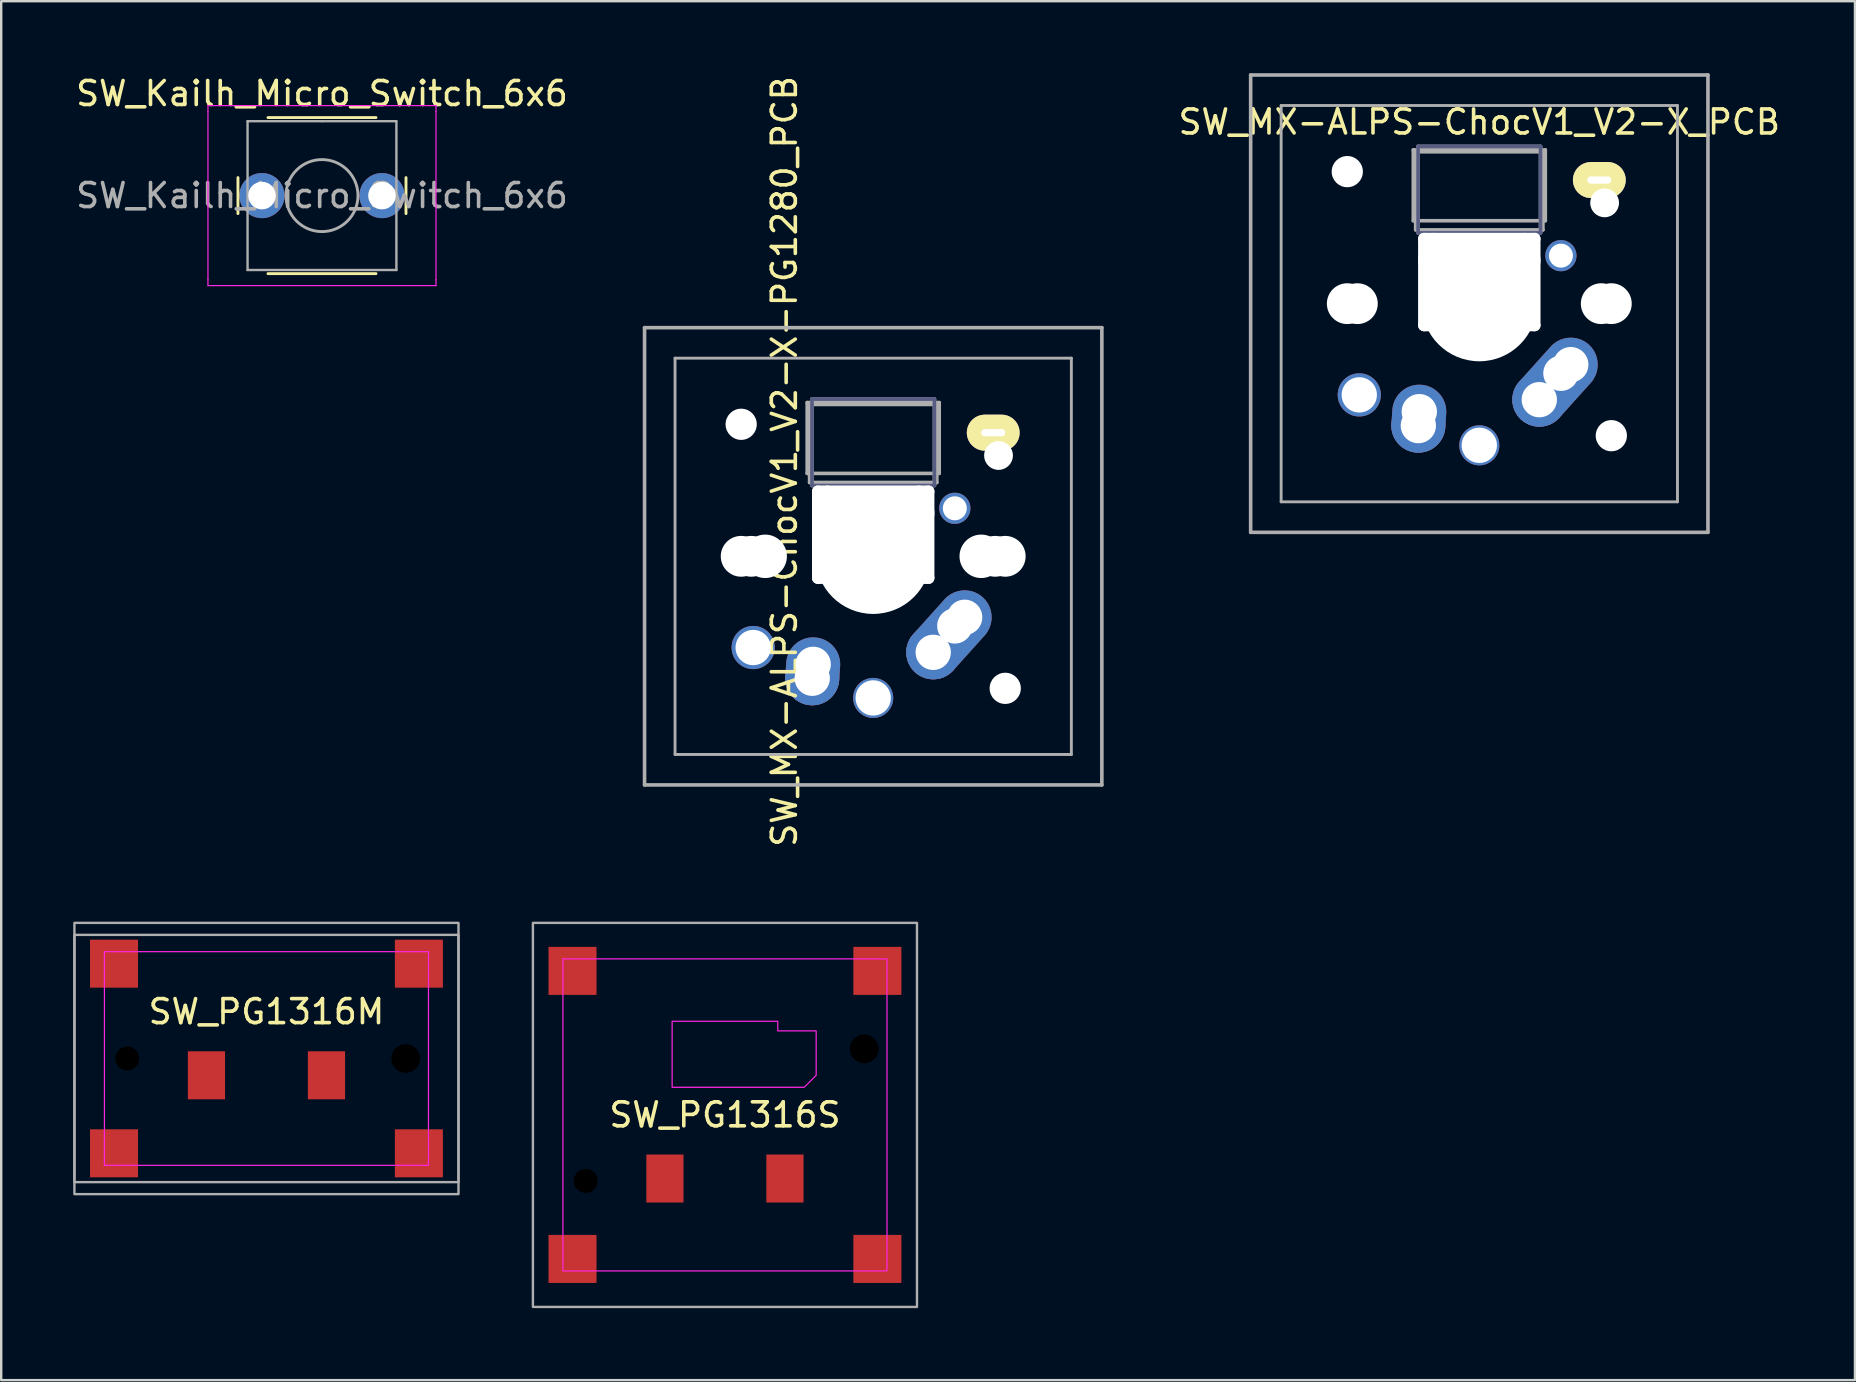
<source format=kicad_pcb>
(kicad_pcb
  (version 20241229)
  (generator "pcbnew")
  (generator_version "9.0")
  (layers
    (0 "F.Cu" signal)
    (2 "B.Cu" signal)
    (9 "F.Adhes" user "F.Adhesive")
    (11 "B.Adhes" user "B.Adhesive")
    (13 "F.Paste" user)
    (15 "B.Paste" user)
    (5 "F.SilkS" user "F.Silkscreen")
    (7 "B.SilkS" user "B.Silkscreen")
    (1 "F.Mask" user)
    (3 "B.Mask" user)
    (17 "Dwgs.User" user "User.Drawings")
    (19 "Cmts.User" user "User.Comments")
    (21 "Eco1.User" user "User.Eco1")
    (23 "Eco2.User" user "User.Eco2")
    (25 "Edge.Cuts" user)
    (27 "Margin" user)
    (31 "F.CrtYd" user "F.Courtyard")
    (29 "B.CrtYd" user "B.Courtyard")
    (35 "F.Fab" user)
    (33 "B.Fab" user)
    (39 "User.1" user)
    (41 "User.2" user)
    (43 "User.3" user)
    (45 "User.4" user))
  (footprint "SW_MX-ALPS-ChocV1_V2-X_PCB"
    (layer "F.Cu")
    (at 58.575 9.6)
    (property "Reference" "SW_MX-ALPS-ChocV1_V2-X_PCB" (at 0 -7.567 0) (unlocked yes) (layer "F.SilkS") (effects (font (size 1 1) (thickness 0.15))))
    (attr through_hole)
    (fp_line (start -2.55 -6.55) (end 2.55 -6.55) (stroke (width 0.15) (type solid)) (layer "B.Fab"))
    (fp_line (start -2.55 -2.95) (end -2.55 -6.55) (stroke (width 0.15) (type solid)) (layer "B.Fab"))
    (fp_line (start 2.55 -6.55) (end 2.55 -2.95) (stroke (width 0.15) (type solid)) (layer "B.Fab"))
    (fp_line (start 2.55 -2.95) (end -2.55 -2.95) (stroke (width 0.15) (type solid)) (layer "B.Fab"))
    (fp_line (start -9.525 -9.525) (end 9.525 -9.525) (stroke (width 0.15) (type solid)) (layer "F.Fab"))
    (fp_line (start -9.525 9.525) (end -9.525 -9.525) (stroke (width 0.15) (type solid)) (layer "F.Fab"))
    (fp_line (start -8.255 -8.255) (end 8.255 -8.255) (stroke (width 0.12) (type solid)) (layer "F.Fab"))
    (fp_line (start -8.255 8.255) (end -8.255 -8.255) (stroke (width 0.12) (type solid)) (layer "F.Fab"))
    (fp_line (start -2.75 -6.405) (end 2.75 -6.405) (stroke (width 0.15) (type solid)) (layer "F.Fab"))
    (fp_line (start -2.75 -3.455) (end -2.75 -6.405) (stroke (width 0.15) (type solid)) (layer "F.Fab"))
    (fp_line (start -2.75 -3.455) (end 2.75 -3.455) (stroke (width 0.15) (type solid)) (layer "F.Fab"))
    (fp_line (start -2.65 -6.325) (end -2.65 -3.075) (stroke (width 0.15) (type solid)) (layer "F.Fab"))
    (fp_line (start -2.65 -6.325) (end 2.65 -6.325) (stroke (width 0.15) (type solid)) (layer "F.Fab"))
    (fp_line (start -2.65 -3.075) (end 2.65 -3.075) (stroke (width 0.15) (type solid)) (layer "F.Fab"))
    (fp_line (start -2.55 -6.55) (end -2.55 -2.95) (stroke (width 0.15) (type solid)) (layer "F.Fab"))
    (fp_line (start -2.55 -2.95) (end 2.55 -2.95) (stroke (width 0.15) (type solid)) (layer "F.Fab"))
    (fp_line (start 2.55 -6.55) (end -2.55 -6.55) (stroke (width 0.15) (type solid)) (layer "F.Fab"))
    (fp_line (start 2.55 -2.95) (end 2.55 -6.55) (stroke (width 0.15) (type solid)) (layer "F.Fab"))
    (fp_line (start 2.65 -6.325) (end 2.65 -3.075) (stroke (width 0.15) (type solid)) (layer "F.Fab"))
    (fp_line (start 2.75 -3.455) (end 2.75 -6.405) (stroke (width 0.15) (type solid)) (layer "F.Fab"))
    (fp_line (start 8.255 -8.255) (end 8.255 8.255) (stroke (width 0.12) (type solid)) (layer "F.Fab"))
    (fp_line (start 8.255 8.255) (end -8.255 8.255) (stroke (width 0.12) (type solid)) (layer "F.Fab"))
    (fp_line (start 9.525 -9.525) (end 9.525 9.525) (stroke (width 0.15) (type solid)) (layer "F.Fab"))
    (fp_line (start 9.525 9.525) (end -9.525 9.525) (stroke (width 0.15) (type solid)) (layer "F.Fab"))
    (pad "" np_thru_hole circle (at -5.5 -5.5) (size 1.3 1.3) (drill 1.3) (layers "*.Cu" "*.Mask"))
    (pad "" np_thru_hole circle (at -5.5 0 228.1) (size 1.7 1.7) (drill 1.7) (layers "*.Cu" "*.Mask"))
    (pad "" np_thru_hole circle (at -5.08 0) (size 1.7 1.7) (drill 1.7) (layers "*.Cu" "*.Mask"))
    (pad "" np_thru_hole oval (at -2.3 -0.9 180) (size 0.5 4.1) (drill oval 0.5 4.1) (layers "*.Cu" "*.Mask"))
    (pad "" np_thru_hole oval (at -1.905 -0.9 180) (size 0.5 4.1) (drill oval 0.5 4.1) (layers "*.Cu" "*.Mask"))
    (pad "" np_thru_hole oval (at 0 -2.7 180) (size 5.1 0.5) (drill oval 5.1 0.5) (layers "*.Cu" "*.Mask"))
    (pad "" np_thru_hole oval (at 0 -1.8 180) (size 5.1 1.5) (drill oval 5.1 1.5) (layers "*.Cu" "*.Mask"))
    (pad "" np_thru_hole circle (at 0 0) (size 4.8 4.8) (drill 4.8) (layers "*.Cu" "*.Mask"))
    (pad "" np_thru_hole oval (at 0 0.9 180) (size 5.1 0.5) (drill oval 5.1 0.5) (layers "*.Cu" "*.Mask"))
    (pad "" np_thru_hole oval (at 1.9 -0.9 180) (size 0.5 4.1) (drill oval 0.5 4.1) (layers "*.Cu" "*.Mask"))
    (pad "" np_thru_hole oval (at 2.3 -0.9 180) (size 0.5 4.1) (drill oval 0.5 4.1) (layers "*.Cu" "*.Mask"))
    (pad "" thru_hole oval (at 5 -5.15 180) (size 2.2 1.5) (drill oval 1 0.3) (layers "*.Cu" "B.Mask" "F.SilkS"))
    (pad "" np_thru_hole circle (at 5.08 0) (size 1.7 1.7) (drill 1.7) (layers "*.Cu" "*.Mask"))
    (pad "" np_thru_hole circle (at 5.22 -4.2 228.1) (size 1.2 1.2) (drill 1.2) (layers "*.Cu" "*.Mask"))
    (pad "" np_thru_hole circle (at 5.5 0 228.1) (size 1.7 1.7) (drill 1.7) (layers "*.Cu" "*.Mask"))
    (pad "" np_thru_hole circle (at 5.5 5.5) (size 1.3 1.3) (drill 1.3) (layers "*.Cu" "*.Mask"))
    (pad "1" thru_hole circle (at -5 3.8 180) (size 1.8 1.8) (drill 1.47) (layers "*.Cu" "*.Mask"))
    (pad "1" thru_hole circle (at 3.4 -2) (size 1.3 1.3) (drill 1) (layers "*.Cu" "*.Mask"))
    (pad "2" thru_hole circle (at 0 5.9 180) (size 1.67 1.67) (drill 1.47) (layers "*.Cu" "*.Mask"))
    (pad "2" thru_hole circle (at 2.5 4 180) (size 2.25 2.25) (drill 1.47) (layers "*.Cu" "B.Mask"))
    (pad "2" thru_hole circle (at 3.4 2.9) (size 1.67 1.67) (drill 1.47) (layers "*.Cu" "*.Mask"))
    (pad "2" thru_hole custom (at 3.81 2.54 180) (size 2.25 2.25) (drill 1.47) (layers "*.Cu" "*.Mask") (options (anchor circle)) (primitives (gr_line (start 1.61 -1.16) (end 0.3 0.3) (width 1.4)) (gr_line (start 1.008 -1.758) (end -0.34 -0.26) (width 1.4)) (gr_arc (start 1.01 -1.76) (mid 1.61 -1.76) (end 1.61 -1.16) (width 1.4))))
    (pad "3" thru_hole circle (at -2.54 5.08 180) (size 2.25 2.25) (drill 1.47) (layers "*.Cu" "*.Mask"))
    (pad "3" thru_hole oval (at -2.5 4.5 266.1) (size 2.831 2.25) (drill 1.47 (offset 0.291 0)) (layers "*.Cu" "*.Mask")))
  (footprint "SW_PG1316M"
    (layer "F.Cu")
    (at 8.05 41.045)
    (property "Reference" "SW_PG1316M" (at 0 -1.95 0) (unlocked yes) (layer "F.SilkS") (effects (font (size 1 1) (thickness 0.15))))
    (attr smd)
    (fp_rect (start -6.75 -4.45) (end 6.75 4.45) (stroke (width 0.05) (type default)) (fill no) (layer "F.CrtYd"))
    (fp_rect (start -8 5.15) (end 8 -5.15) (stroke (width 0.1) (type default)) (fill no) (layer "F.Fab"))
    (fp_rect (start -8 5.65) (end 8 -5.65) (stroke (width 0.1) (type default)) (fill no) (layer "F.Fab"))
    (pad "" np_thru_hole circle (at -5.8 0) (size 1 1) (drill 1) (layers "*.Mask"))
    (pad "" np_thru_hole circle (at 5.8 0) (size 1.2 1.2) (drill 1.25) (layers "*.Mask"))
    (pad "1" smd rect (at -2.5 0.7) (size 1.55 2) (layers "F.Cu" "F.Mask" "F.Paste"))
    (pad "2" smd rect (at 2.5 0.7) (size 1.55 2) (layers "F.Cu" "F.Mask" "F.Paste"))
    (pad "MP" smd rect (at -6.35 -3.95) (size 2 2) (layers "F.Cu" "F.Mask" "F.Paste"))
    (pad "MP" smd rect (at -6.35 3.95) (size 2 2) (layers "F.Cu" "F.Mask" "F.Paste"))
    (pad "MP" smd rect (at 6.35 -3.95) (size 2 2) (layers "F.Cu" "F.Mask" "F.Paste"))
    (pad "MP" smd rect (at 6.35 3.95) (size 2 2) (layers "F.Cu" "F.Mask" "F.Paste")))
  (footprint "SW_MX-ALPS-ChocV1_V2-X-PG1280_PCB"
    (layer "F.Cu")
    (at 33.326 20.125)
    (property "Reference" "SW_MX-ALPS-ChocV1_V2-X-PG1280_PCB" (at -3.7 -3.953 90) (layer "F.SilkS") (effects (font (size 1 1) (thickness 0.15))))
    (attr through_hole)
    (fp_line (start -2.55 -6.55) (end 2.55 -6.55) (stroke (width 0.15) (type solid)) (layer "B.Fab"))
    (fp_line (start -2.55 -2.95) (end -2.55 -6.55) (stroke (width 0.15) (type solid)) (layer "B.Fab"))
    (fp_line (start 2.55 -6.55) (end 2.55 -2.95) (stroke (width 0.15) (type solid)) (layer "B.Fab"))
    (fp_line (start 2.55 -2.95) (end -2.55 -2.95) (stroke (width 0.15) (type solid)) (layer "B.Fab"))
    (fp_line (start -9.525 -9.525) (end 9.525 -9.525) (stroke (width 0.15) (type solid)) (layer "F.Fab"))
    (fp_line (start -9.525 9.525) (end -9.525 -9.525) (stroke (width 0.15) (type solid)) (layer "F.Fab"))
    (fp_line (start -8.255 -8.255) (end 8.255 -8.255) (stroke (width 0.12) (type solid)) (layer "F.Fab"))
    (fp_line (start -8.255 8.255) (end -8.255 -8.255) (stroke (width 0.12) (type solid)) (layer "F.Fab"))
    (fp_line (start -2.75 -6.405) (end 2.75 -6.405) (stroke (width 0.15) (type solid)) (layer "F.Fab"))
    (fp_line (start -2.75 -3.455) (end -2.75 -6.405) (stroke (width 0.15) (type solid)) (layer "F.Fab"))
    (fp_line (start -2.75 -3.455) (end 2.75 -3.455) (stroke (width 0.15) (type solid)) (layer "F.Fab"))
    (fp_line (start -2.65 -6.325) (end -2.65 -3.075) (stroke (width 0.15) (type solid)) (layer "F.Fab"))
    (fp_line (start -2.65 -6.325) (end 2.65 -6.325) (stroke (width 0.15) (type solid)) (layer "F.Fab"))
    (fp_line (start -2.65 -3.075) (end 2.65 -3.075) (stroke (width 0.15) (type solid)) (layer "F.Fab"))
    (fp_line (start -2.55 -6.55) (end -2.55 -2.95) (stroke (width 0.15) (type solid)) (layer "F.Fab"))
    (fp_line (start -2.55 -2.95) (end 2.55 -2.95) (stroke (width 0.15) (type solid)) (layer "F.Fab"))
    (fp_line (start 2.55 -6.55) (end -2.55 -6.55) (stroke (width 0.15) (type solid)) (layer "F.Fab"))
    (fp_line (start 2.55 -2.95) (end 2.55 -6.55) (stroke (width 0.15) (type solid)) (layer "F.Fab"))
    (fp_line (start 2.65 -6.325) (end 2.65 -3.075) (stroke (width 0.15) (type solid)) (layer "F.Fab"))
    (fp_line (start 2.75 -3.455) (end 2.75 -6.405) (stroke (width 0.15) (type solid)) (layer "F.Fab"))
    (fp_line (start 8.255 -8.255) (end 8.255 8.255) (stroke (width 0.12) (type solid)) (layer "F.Fab"))
    (fp_line (start 8.255 8.255) (end -8.255 8.255) (stroke (width 0.12) (type solid)) (layer "F.Fab"))
    (fp_line (start 9.525 -9.525) (end 9.525 9.525) (stroke (width 0.15) (type solid)) (layer "F.Fab"))
    (fp_line (start 9.525 9.525) (end -9.525 9.525) (stroke (width 0.15) (type solid)) (layer "F.Fab"))
    (pad "" np_thru_hole circle (at -5.5 -5.5) (size 1.3 1.3) (drill 1.3) (layers "*.Cu" "*.Mask"))
    (pad "" np_thru_hole circle (at -5.5 0 228.1) (size 1.7 1.7) (drill 1.7) (layers "*.Cu" "*.Mask"))
    (pad "" np_thru_hole circle (at -5.08 0) (size 1.7 1.7) (drill 1.7) (layers "*.Cu" "*.Mask"))
    (pad "" np_thru_hole circle (at -4.5 0) (size 1.81 1.81) (drill 1.81) (layers "*.Cu" "*.Mask"))
    (pad "" np_thru_hole oval (at -2.3 -0.9 180) (size 0.5 4.1) (drill oval 0.5 4.1) (layers "*.Cu" "*.Mask"))
    (pad "" np_thru_hole oval (at -1.905 -0.9 180) (size 0.5 4.1) (drill oval 0.5 4.1) (layers "*.Cu" "*.Mask"))
    (pad "" np_thru_hole oval (at 0 -2.7 180) (size 5.1 0.5) (drill oval 5.1 0.5) (layers "*.Cu" "*.Mask"))
    (pad "" np_thru_hole oval (at 0 -1.8 180) (size 5.1 1.5) (drill oval 5.1 1.5) (layers "*.Cu" "*.Mask"))
    (pad "" np_thru_hole circle (at 0 0) (size 4.8 4.8) (drill 4.8) (layers "*.Cu" "*.Mask"))
    (pad "" np_thru_hole oval (at 0 0.9 180) (size 5.1 0.5) (drill oval 5.1 0.5) (layers "*.Cu" "*.Mask"))
    (pad "" np_thru_hole oval (at 1.9 -0.9 180) (size 0.5 4.1) (drill oval 0.5 4.1) (layers "*.Cu" "*.Mask"))
    (pad "" np_thru_hole oval (at 2.3 -0.9 180) (size 0.5 4.1) (drill oval 0.5 4.1) (layers "*.Cu" "*.Mask"))
    (pad "" np_thru_hole circle (at 4.5 0) (size 1.81 1.81) (drill 1.81) (layers "*.Cu" "*.Mask"))
    (pad "" thru_hole oval (at 5 -5.15 180) (size 2.2 1.5) (drill oval 1 0.3) (layers "*.Cu" "B.Mask" "F.SilkS"))
    (pad "" np_thru_hole circle (at 5.08 0) (size 1.7 1.7) (drill 1.7) (layers "*.Cu" "*.Mask"))
    (pad "" np_thru_hole circle (at 5.22 -4.2 228.1) (size 1.2 1.2) (drill 1.2) (layers "*.Cu" "*.Mask"))
    (pad "" np_thru_hole circle (at 5.5 0 228.1) (size 1.7 1.7) (drill 1.7) (layers "*.Cu" "*.Mask"))
    (pad "" np_thru_hole circle (at 5.5 5.5) (size 1.3 1.3) (drill 1.3) (layers "*.Cu" "*.Mask"))
    (pad "1" thru_hole circle (at -5 3.8 180) (size 1.8 1.8) (drill 1.47) (layers "*.Cu" "*.Mask"))
    (pad "1" thru_hole circle (at 3.4 -2) (size 1.3 1.3) (drill 1) (layers "*.Cu" "*.Mask"))
    (pad "2" thru_hole circle (at 0 5.9 180) (size 1.67 1.67) (drill 1.47) (layers "*.Cu" "*.Mask"))
    (pad "2" thru_hole circle (at 2.5 4 180) (size 2.25 2.25) (drill 1.47) (layers "*.Cu" "B.Mask"))
    (pad "2" thru_hole circle (at 3.4 2.9) (size 1.67 1.67) (drill 1.47) (layers "*.Cu" "*.Mask"))
    (pad "2" thru_hole custom (at 3.81 2.54 180) (size 2.25 2.25) (drill 1.47) (layers "*.Cu" "*.Mask") (options (anchor circle)) (primitives (gr_line (start 1.61 -1.16) (end 0.3 0.3) (width 1.4)) (gr_line (start 1.008 -1.758) (end -0.34 -0.26) (width 1.4)) (gr_arc (start 1.01 -1.76) (mid 1.61 -1.76) (end 1.61 -1.16) (width 1.4))))
    (pad "3" thru_hole circle (at -2.54 5.08 180) (size 2.25 2.25) (drill 1.47) (layers "*.Cu" "*.Mask"))
    (pad "3" thru_hole oval (at -2.5 4.5 266.1) (size 2.831 2.25) (drill 1.47 (offset 0.291 0)) (layers "*.Cu" "*.Mask")))
  (footprint "SW_Kailh_Micro_Switch_6x6"
    (layer "F.Cu")
    (at 10.363 5.098)
    (property "Reference" "SW_Kailh_Micro_Switch_6x6" (at 0 -4.25 0) (layer "F.SilkS") (effects (font (size 1 1) (thickness 0.15))))
    (attr through_hole)
    (fp_line (start -3.5 -0.75) (end -3.5 0.75) (stroke (width 0.12) (type solid)) (layer "F.SilkS"))
    (fp_line (start -2.25 3.25) (end 2.25 3.25) (stroke (width 0.12) (type solid)) (layer "F.SilkS"))
    (fp_line (start 2.25 -3.25) (end -2.25 -3.25) (stroke (width 0.12) (type solid)) (layer "F.SilkS"))
    (fp_line (start 3.5 0.75) (end 3.5 -0.75) (stroke (width 0.12) (type solid)) (layer "F.SilkS"))
    (fp_line (start -4.75 -3.75) (end -4.5 -3.75) (stroke (width 0.05) (type solid)) (layer "F.CrtYd"))
    (fp_line (start -4.75 -3.5) (end -4.75 -3.75) (stroke (width 0.05) (type solid)) (layer "F.CrtYd"))
    (fp_line (start -4.75 3.5) (end -4.75 -3.5) (stroke (width 0.05) (type solid)) (layer "F.CrtYd"))
    (fp_line (start -4.75 3.5) (end -4.75 3.75) (stroke (width 0.05) (type solid)) (layer "F.CrtYd"))
    (fp_line (start -4.75 3.75) (end -4.5 3.75) (stroke (width 0.05) (type solid)) (layer "F.CrtYd"))
    (fp_line (start -4.5 -3.75) (end 4.5 -3.75) (stroke (width 0.05) (type solid)) (layer "F.CrtYd"))
    (fp_line (start 4.5 -3.75) (end 4.75 -3.75) (stroke (width 0.05) (type solid)) (layer "F.CrtYd"))
    (fp_line (start 4.5 3.75) (end -4.5 3.75) (stroke (width 0.05) (type solid)) (layer "F.CrtYd"))
    (fp_line (start 4.5 3.75) (end 4.75 3.75) (stroke (width 0.05) (type solid)) (layer "F.CrtYd"))
    (fp_line (start 4.75 -3.75) (end 4.75 -3.5) (stroke (width 0.05) (type solid)) (layer "F.CrtYd"))
    (fp_line (start 4.75 -3.5) (end 4.75 3.5) (stroke (width 0.05) (type solid)) (layer "F.CrtYd"))
    (fp_line (start 4.75 3.75) (end 4.75 3.5) (stroke (width 0.05) (type solid)) (layer "F.CrtYd"))
    (fp_line (start -3.1 -3.1) (end 0 -3.1) (stroke (width 0.1) (type solid)) (layer "F.Fab"))
    (fp_line (start -3.1 3.1) (end -3.1 -3.1) (stroke (width 0.1) (type solid)) (layer "F.Fab"))
    (fp_line (start 0 -3.1) (end 3.1 -3.1) (stroke (width 0.1) (type solid)) (layer "F.Fab"))
    (fp_line (start 3.1 -3.1) (end 3.1 3.1) (stroke (width 0.1) (type solid)) (layer "F.Fab"))
    (fp_line (start 3.1 3.1) (end -3.1 3.1) (stroke (width 0.1) (type solid)) (layer "F.Fab"))
    (fp_circle (center 0 0) (end 1.5 0) (stroke (width 0.12) (type solid)) (fill no) (layer "F.Fab"))
    (fp_text user "${REFERENCE}" (at 0 0 0) (layer "F.Fab") (effects (font (size 1 1) (thickness 0.15))))
    (pad "1" thru_hole circle (at -2.5 0) (size 1.88 1.88) (drill 1.15) (layers "*.Cu" "*.Mask"))
    (pad "2" thru_hole circle (at 2.5 0) (size 1.88 1.88) (drill 1.15) (layers "*.Cu" "*.Mask")))
  (footprint "SW_PG1316S"
    (layer "F.Cu")
    (at 27.15 43.395)
    (property "Reference" "SW_PG1316S" (at 0 0 0) (unlocked yes) (layer "F.SilkS") (effects (font (size 1 1) (thickness 0.15))))
    (attr smd)
    (fp_rect (start -6.75 -6.5) (end 6.75 6.5) (stroke (width 0.05) (type default)) (fill no) (layer "F.CrtYd"))
    (fp_poly (pts (xy 3.8 -3.5) (xy 3.8 -1.65) (xy 3.3 -1.15) (xy -2.2 -1.15) (xy -2.2 -3.9) (xy 2.2 -3.9) (xy 2.2 -3.5)) (stroke (width 0.05) (type default)) (fill no) (layer "F.CrtYd"))
    (fp_rect (start -8 8) (end 8 -8) (stroke (width 0.1) (type default)) (fill no) (layer "F.Fab"))
    (pad "" np_thru_hole circle (at -5.8 2.75) (size 1 1) (drill 1) (layers "*.Mask"))
    (pad "" np_thru_hole circle (at 5.8 -2.75) (size 1.2 1.2) (drill 1.2) (layers "*.Mask"))
    (pad "1" smd rect (at -2.5 2.65) (size 1.55 2) (layers "F.Cu" "F.Mask" "F.Paste"))
    (pad "2" smd rect (at 2.5 2.65) (size 1.55 2) (layers "F.Cu" "F.Mask" "F.Paste"))
    (pad "MP" smd rect (at -6.35 -6) (size 2 2) (layers "F.Cu" "F.Mask" "F.Paste"))
    (pad "MP" smd rect (at -6.35 6) (size 2 2) (layers "F.Cu" "F.Mask" "F.Paste"))
    (pad "MP" smd rect (at 6.35 -6) (size 2 2) (layers "F.Cu" "F.Mask" "F.Paste"))
    (pad "MP" smd rect (at 6.35 6) (size 2 2) (layers "F.Cu" "F.Mask" "F.Paste")))
  (gr_rect
    (start -3 -3)
    (end 74.224 54.445)
    (stroke (width 0.1) (type default))
    (fill no)
    (layer "Edge.Cuts")))
</source>
